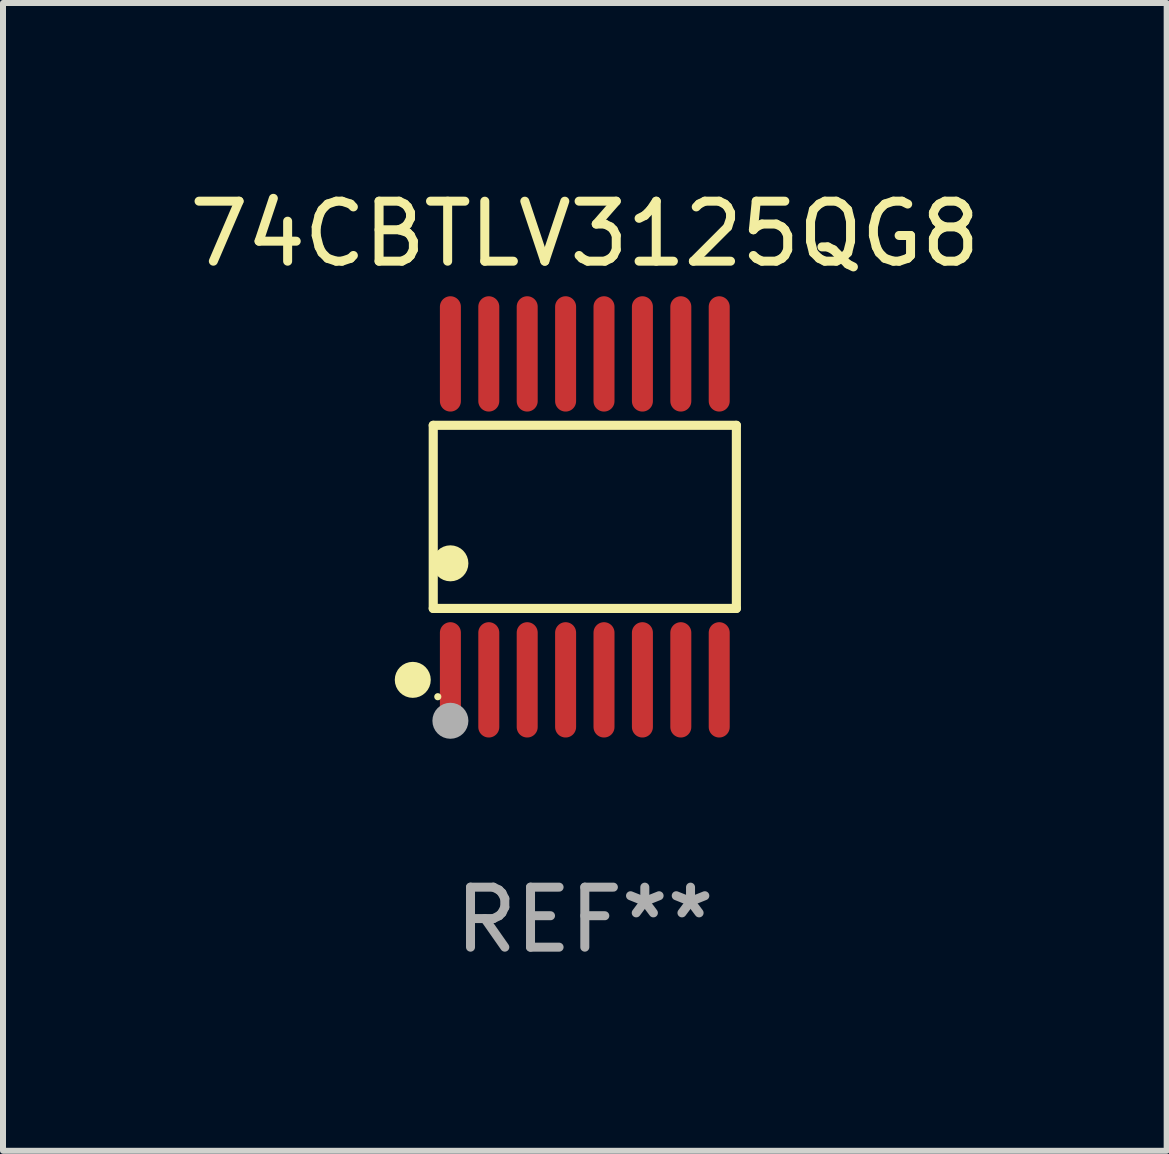
<source format=kicad_pcb>
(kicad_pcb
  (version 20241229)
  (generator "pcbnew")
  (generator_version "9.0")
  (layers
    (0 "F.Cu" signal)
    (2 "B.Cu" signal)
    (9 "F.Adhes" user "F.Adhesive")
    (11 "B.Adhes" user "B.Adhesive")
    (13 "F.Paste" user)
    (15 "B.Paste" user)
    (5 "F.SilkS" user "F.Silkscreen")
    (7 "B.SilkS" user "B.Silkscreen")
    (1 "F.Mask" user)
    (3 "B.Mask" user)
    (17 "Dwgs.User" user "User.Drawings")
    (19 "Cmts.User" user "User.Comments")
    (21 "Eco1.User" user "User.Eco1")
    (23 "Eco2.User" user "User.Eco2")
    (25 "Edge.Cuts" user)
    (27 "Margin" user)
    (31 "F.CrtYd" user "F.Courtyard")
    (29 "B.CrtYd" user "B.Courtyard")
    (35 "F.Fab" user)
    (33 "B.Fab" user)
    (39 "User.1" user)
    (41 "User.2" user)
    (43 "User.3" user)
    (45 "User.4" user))
  (footprint "74CBTLV3125QG8"
    (layer "F.Cu")
    (at 6.696 5.564)
    (property "Reference" "74CBTLV3125QG8" (at 0 -4.716 0) (layer "F.SilkS") (effects (font (size 1 1) (thickness 0.15))))
    (attr through_hole)
    (fp_line (start -2.526 -1.526) (end 2.526 -1.526) (stroke (width 0.152) (type solid)) (layer "F.SilkS"))
    (fp_line (start -2.526 1.526) (end -2.526 -1.526) (stroke (width 0.152) (type solid)) (layer "F.SilkS"))
    (fp_line (start 2.526 -1.526) (end 2.526 1.526) (stroke (width 0.152) (type solid)) (layer "F.SilkS"))
    (fp_line (start 2.526 1.526) (end -2.526 1.526) (stroke (width 0.152) (type solid)) (layer "F.SilkS"))
    (fp_circle (center -2.867 2.716) (end -2.717 2.716) (stroke (width 0.3) (type solid)) (fill no) (layer "F.SilkS"))
    (fp_circle (center -2.45 2.997) (end -2.42 2.997) (stroke (width 0.06) (type solid)) (fill no) (layer "F.SilkS"))
    (fp_circle (center -2.24 0.774) (end -2.09 0.774) (stroke (width 0.3) (type solid)) (fill no) (layer "F.SilkS"))
    (fp_circle (center -2.24 3.398) (end -2.09 3.398) (stroke (width 0.3) (type solid)) (fill no) (layer "F.Fab"))
    (fp_text user "REF**" (at 0 6.716 0) (layer "F.Fab") (effects (font (size 1 1) (thickness 0.15))))
    (pad "1" smd oval (at -2.24 2.716) (size 0.35 1.922) (layers "F.Cu" "F.Mask" "F.Paste"))
    (pad "2" smd oval (at -1.6 2.716) (size 0.35 1.922) (layers "F.Cu" "F.Mask" "F.Paste"))
    (pad "3" smd oval (at -0.96 2.716) (size 0.35 1.922) (layers "F.Cu" "F.Mask" "F.Paste"))
    (pad "4" smd oval (at -0.32 2.716) (size 0.35 1.922) (layers "F.Cu" "F.Mask" "F.Paste"))
    (pad "5" smd oval (at 0.32 2.716) (size 0.35 1.922) (layers "F.Cu" "F.Mask" "F.Paste"))
    (pad "6" smd oval (at 0.96 2.716) (size 0.35 1.922) (layers "F.Cu" "F.Mask" "F.Paste"))
    (pad "7" smd oval (at 1.6 2.716) (size 0.35 1.922) (layers "F.Cu" "F.Mask" "F.Paste"))
    (pad "8" smd oval (at 2.24 2.716) (size 0.35 1.922) (layers "F.Cu" "F.Mask" "F.Paste"))
    (pad "9" smd oval (at 2.24 -2.716) (size 0.35 1.922) (layers "F.Cu" "F.Mask" "F.Paste"))
    (pad "10" smd oval (at 1.6 -2.716) (size 0.35 1.922) (layers "F.Cu" "F.Mask" "F.Paste"))
    (pad "11" smd oval (at 0.96 -2.716) (size 0.35 1.922) (layers "F.Cu" "F.Mask" "F.Paste"))
    (pad "12" smd oval (at 0.32 -2.716) (size 0.35 1.922) (layers "F.Cu" "F.Mask" "F.Paste"))
    (pad "13" smd oval (at -0.32 -2.716) (size 0.35 1.922) (layers "F.Cu" "F.Mask" "F.Paste"))
    (pad "14" smd oval (at -0.96 -2.716) (size 0.35 1.922) (layers "F.Cu" "F.Mask" "F.Paste"))
    (pad "15" smd oval (at -1.6 -2.716) (size 0.35 1.922) (layers "F.Cu" "F.Mask" "F.Paste"))
    (pad "16" smd oval (at -2.24 -2.716) (size 0.35 1.922) (layers "F.Cu" "F.Mask" "F.Paste")))
  (gr_rect
    (start -3 -3)
    (end 16.393 16.128)
    (stroke (width 0.1) (type default))
    (fill no)
    (layer "Edge.Cuts")))
</source>
